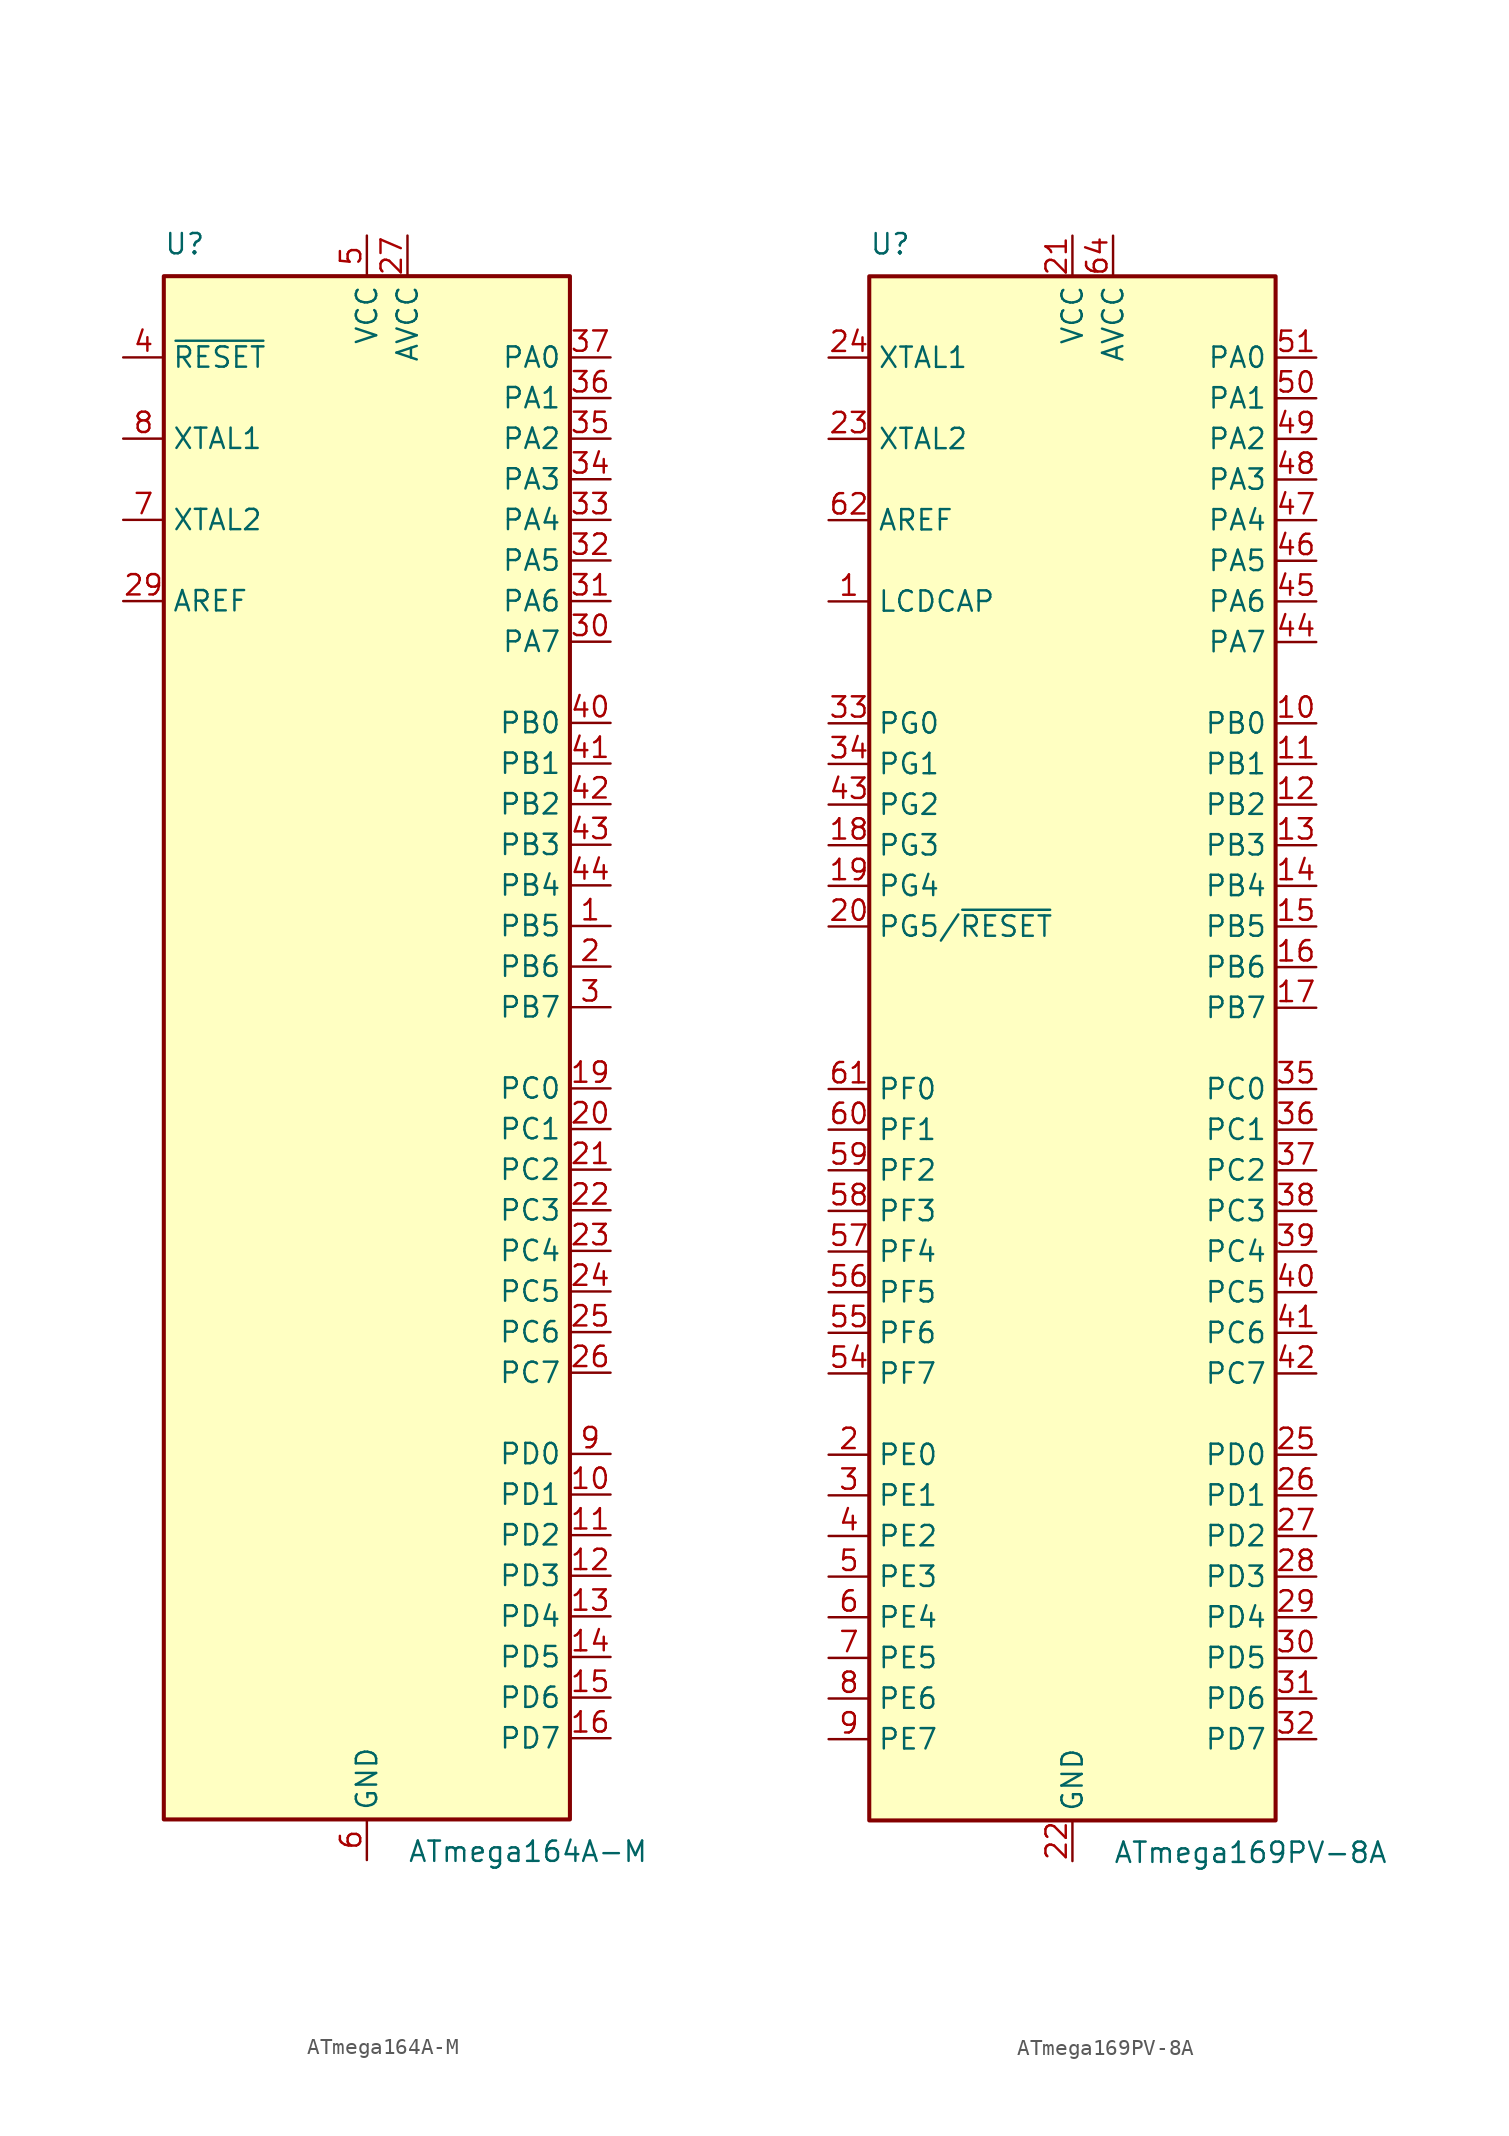
<source format=kicad_sym>
(kicad_symbol_lib
  (version 20211014)
  (generator kicad_symbol_editor)
  (symbol "ATmega164A-M"
    (property "Reference" "U"
      (at -12.7 49.53 0)
      (effects (font (size 1.27 1.27)) (justify left bottom)))
    (property "Value" "ATmega164A-M"
      (at 2.54 -49.53 0)
      (effects (font (size 1.27 1.27)) (justify left top)))
    (symbol "ATmega164A-M_0_1"
      (rectangle (start -12.7 -48.26) (end 12.7 48.26) (stroke (width 0.254) (type default) (color 0 0 0 0)) (fill (type background))))
    (symbol "ATmega164A-M_1_1"
      (pin bidirectional line (at 15.24 7.62 180) (length 2.54) (name "PB5" (effects (font (size 1.27 1.27)))) (number "1" (effects (font (size 1.27 1.27)))))
      (pin bidirectional line (at 15.24 -27.94 180) (length 2.54) (name "PD1" (effects (font (size 1.27 1.27)))) (number "10" (effects (font (size 1.27 1.27)))))
      (pin bidirectional line (at 15.24 -30.48 180) (length 2.54) (name "PD2" (effects (font (size 1.27 1.27)))) (number "11" (effects (font (size 1.27 1.27)))))
      (pin bidirectional line (at 15.24 -33.02 180) (length 2.54) (name "PD3" (effects (font (size 1.27 1.27)))) (number "12" (effects (font (size 1.27 1.27)))))
      (pin bidirectional line (at 15.24 -35.56 180) (length 2.54) (name "PD4" (effects (font (size 1.27 1.27)))) (number "13" (effects (font (size 1.27 1.27)))))
      (pin bidirectional line (at 15.24 -38.1 180) (length 2.54) (name "PD5" (effects (font (size 1.27 1.27)))) (number "14" (effects (font (size 1.27 1.27)))))
      (pin bidirectional line (at 15.24 -40.64 180) (length 2.54) (name "PD6" (effects (font (size 1.27 1.27)))) (number "15" (effects (font (size 1.27 1.27)))))
      (pin bidirectional line (at 15.24 -43.18 180) (length 2.54) (name "PD7" (effects (font (size 1.27 1.27)))) (number "16" (effects (font (size 1.27 1.27)))))
      (pin passive line (at 0 50.8 270) (length 2.54) hide (name "VCC" (effects (font (size 1.27 1.27)))) (number "17" (effects (font (size 1.27 1.27)))))
      (pin passive line (at 0 -50.8 90) (length 2.54) hide (name "GND" (effects (font (size 1.27 1.27)))) (number "18" (effects (font (size 1.27 1.27)))))
      (pin bidirectional line (at 15.24 -2.54 180) (length 2.54) (name "PC0" (effects (font (size 1.27 1.27)))) (number "19" (effects (font (size 1.27 1.27)))))
      (pin bidirectional line (at 15.24 5.08 180) (length 2.54) (name "PB6" (effects (font (size 1.27 1.27)))) (number "2" (effects (font (size 1.27 1.27)))))
      (pin bidirectional line (at 15.24 -5.08 180) (length 2.54) (name "PC1" (effects (font (size 1.27 1.27)))) (number "20" (effects (font (size 1.27 1.27)))))
      (pin bidirectional line (at 15.24 -7.62 180) (length 2.54) (name "PC2" (effects (font (size 1.27 1.27)))) (number "21" (effects (font (size 1.27 1.27)))))
      (pin bidirectional line (at 15.24 -10.16 180) (length 2.54) (name "PC3" (effects (font (size 1.27 1.27)))) (number "22" (effects (font (size 1.27 1.27)))))
      (pin bidirectional line (at 15.24 -12.7 180) (length 2.54) (name "PC4" (effects (font (size 1.27 1.27)))) (number "23" (effects (font (size 1.27 1.27)))))
      (pin bidirectional line (at 15.24 -15.24 180) (length 2.54) (name "PC5" (effects (font (size 1.27 1.27)))) (number "24" (effects (font (size 1.27 1.27)))))
      (pin bidirectional line (at 15.24 -17.78 180) (length 2.54) (name "PC6" (effects (font (size 1.27 1.27)))) (number "25" (effects (font (size 1.27 1.27)))))
      (pin bidirectional line (at 15.24 -20.32 180) (length 2.54) (name "PC7" (effects (font (size 1.27 1.27)))) (number "26" (effects (font (size 1.27 1.27)))))
      (pin power_in line (at 2.54 50.8 270) (length 2.54) (name "AVCC" (effects (font (size 1.27 1.27)))) (number "27" (effects (font (size 1.27 1.27)))))
      (pin passive line (at 0 -50.8 90) (length 2.54) hide (name "GND" (effects (font (size 1.27 1.27)))) (number "28" (effects (font (size 1.27 1.27)))))
      (pin passive line (at -15.24 27.94 0) (length 2.54) (name "AREF" (effects (font (size 1.27 1.27)))) (number "29" (effects (font (size 1.27 1.27)))))
      (pin bidirectional line (at 15.24 2.54 180) (length 2.54) (name "PB7" (effects (font (size 1.27 1.27)))) (number "3" (effects (font (size 1.27 1.27)))))
      (pin bidirectional line (at 15.24 25.4 180) (length 2.54) (name "PA7" (effects (font (size 1.27 1.27)))) (number "30" (effects (font (size 1.27 1.27)))))
      (pin bidirectional line (at 15.24 27.94 180) (length 2.54) (name "PA6" (effects (font (size 1.27 1.27)))) (number "31" (effects (font (size 1.27 1.27)))))
      (pin bidirectional line (at 15.24 30.48 180) (length 2.54) (name "PA5" (effects (font (size 1.27 1.27)))) (number "32" (effects (font (size 1.27 1.27)))))
      (pin bidirectional line (at 15.24 33.02 180) (length 2.54) (name "PA4" (effects (font (size 1.27 1.27)))) (number "33" (effects (font (size 1.27 1.27)))))
      (pin bidirectional line (at 15.24 35.56 180) (length 2.54) (name "PA3" (effects (font (size 1.27 1.27)))) (number "34" (effects (font (size 1.27 1.27)))))
      (pin bidirectional line (at 15.24 38.1 180) (length 2.54) (name "PA2" (effects (font (size 1.27 1.27)))) (number "35" (effects (font (size 1.27 1.27)))))
      (pin bidirectional line (at 15.24 40.64 180) (length 2.54) (name "PA1" (effects (font (size 1.27 1.27)))) (number "36" (effects (font (size 1.27 1.27)))))
      (pin bidirectional line (at 15.24 43.18 180) (length 2.54) (name "PA0" (effects (font (size 1.27 1.27)))) (number "37" (effects (font (size 1.27 1.27)))))
      (pin passive line (at 0 50.8 270) (length 2.54) hide (name "VCC" (effects (font (size 1.27 1.27)))) (number "38" (effects (font (size 1.27 1.27)))))
      (pin passive line (at 0 -50.8 90) (length 2.54) hide (name "GND" (effects (font (size 1.27 1.27)))) (number "39" (effects (font (size 1.27 1.27)))))
      (pin input line (at -15.24 43.18 0) (length 2.54) (name "~{RESET}" (effects (font (size 1.27 1.27)))) (number "4" (effects (font (size 1.27 1.27)))))
      (pin bidirectional line (at 15.24 20.32 180) (length 2.54) (name "PB0" (effects (font (size 1.27 1.27)))) (number "40" (effects (font (size 1.27 1.27)))))
      (pin bidirectional line (at 15.24 17.78 180) (length 2.54) (name "PB1" (effects (font (size 1.27 1.27)))) (number "41" (effects (font (size 1.27 1.27)))))
      (pin bidirectional line (at 15.24 15.24 180) (length 2.54) (name "PB2" (effects (font (size 1.27 1.27)))) (number "42" (effects (font (size 1.27 1.27)))))
      (pin bidirectional line (at 15.24 12.7 180) (length 2.54) (name "PB3" (effects (font (size 1.27 1.27)))) (number "43" (effects (font (size 1.27 1.27)))))
      (pin bidirectional line (at 15.24 10.16 180) (length 2.54) (name "PB4" (effects (font (size 1.27 1.27)))) (number "44" (effects (font (size 1.27 1.27)))))
      (pin passive line (at 0 -50.8 90) (length 2.54) hide (name "GND" (effects (font (size 1.27 1.27)))) (number "45" (effects (font (size 1.27 1.27)))))
      (pin power_in line (at 0 50.8 270) (length 2.54) (name "VCC" (effects (font (size 1.27 1.27)))) (number "5" (effects (font (size 1.27 1.27)))))
      (pin power_in line (at 0 -50.8 90) (length 2.54) (name "GND" (effects (font (size 1.27 1.27)))) (number "6" (effects (font (size 1.27 1.27)))))
      (pin output line (at -15.24 33.02 0) (length 2.54) (name "XTAL2" (effects (font (size 1.27 1.27)))) (number "7" (effects (font (size 1.27 1.27)))))
      (pin input line (at -15.24 38.1 0) (length 2.54) (name "XTAL1" (effects (font (size 1.27 1.27)))) (number "8" (effects (font (size 1.27 1.27)))))
      (pin bidirectional line (at 15.24 -25.4 180) (length 2.54) (name "PD0" (effects (font (size 1.27 1.27)))) (number "9" (effects (font (size 1.27 1.27)))))))
  (symbol "ATmega169PV-8A"
    (property "Reference" "U"
      (at -12.7 49.53 0)
      (effects (font (size 1.27 1.27)) (justify left bottom)))
    (property "Value" "ATmega169PV-8A"
      (at 2.54 -49.53 0)
      (effects (font (size 1.27 1.27)) (justify left top)))
    (symbol "ATmega169PV-8A_0_1"
      (rectangle (start -12.7 -48.26) (end 12.7 48.26) (stroke (width 0.254) (type default) (color 0 0 0 0)) (fill (type background))))
    (symbol "ATmega169PV-8A_1_1"
      (pin passive line (at -15.24 27.94 0) (length 2.54) (name "LCDCAP" (effects (font (size 1.27 1.27)))) (number "1" (effects (font (size 1.27 1.27)))))
      (pin bidirectional line (at 15.24 20.32 180) (length 2.54) (name "PB0" (effects (font (size 1.27 1.27)))) (number "10" (effects (font (size 1.27 1.27)))))
      (pin bidirectional line (at 15.24 17.78 180) (length 2.54) (name "PB1" (effects (font (size 1.27 1.27)))) (number "11" (effects (font (size 1.27 1.27)))))
      (pin bidirectional line (at 15.24 15.24 180) (length 2.54) (name "PB2" (effects (font (size 1.27 1.27)))) (number "12" (effects (font (size 1.27 1.27)))))
      (pin bidirectional line (at 15.24 12.7 180) (length 2.54) (name "PB3" (effects (font (size 1.27 1.27)))) (number "13" (effects (font (size 1.27 1.27)))))
      (pin bidirectional line (at 15.24 10.16 180) (length 2.54) (name "PB4" (effects (font (size 1.27 1.27)))) (number "14" (effects (font (size 1.27 1.27)))))
      (pin bidirectional line (at 15.24 7.62 180) (length 2.54) (name "PB5" (effects (font (size 1.27 1.27)))) (number "15" (effects (font (size 1.27 1.27)))))
      (pin bidirectional line (at 15.24 5.08 180) (length 2.54) (name "PB6" (effects (font (size 1.27 1.27)))) (number "16" (effects (font (size 1.27 1.27)))))
      (pin bidirectional line (at 15.24 2.54 180) (length 2.54) (name "PB7" (effects (font (size 1.27 1.27)))) (number "17" (effects (font (size 1.27 1.27)))))
      (pin bidirectional line (at -15.24 12.7 0) (length 2.54) (name "PG3" (effects (font (size 1.27 1.27)))) (number "18" (effects (font (size 1.27 1.27)))))
      (pin bidirectional line (at -15.24 10.16 0) (length 2.54) (name "PG4" (effects (font (size 1.27 1.27)))) (number "19" (effects (font (size 1.27 1.27)))))
      (pin bidirectional line (at -15.24 -25.4 0) (length 2.54) (name "PE0" (effects (font (size 1.27 1.27)))) (number "2" (effects (font (size 1.27 1.27)))))
      (pin bidirectional line (at -15.24 7.62 0) (length 2.54) (name "PG5/~{RESET}" (effects (font (size 1.27 1.27)))) (number "20" (effects (font (size 1.27 1.27)))))
      (pin power_in line (at 0 50.8 270) (length 2.54) (name "VCC" (effects (font (size 1.27 1.27)))) (number "21" (effects (font (size 1.27 1.27)))))
      (pin power_in line (at 0 -50.8 90) (length 2.54) (name "GND" (effects (font (size 1.27 1.27)))) (number "22" (effects (font (size 1.27 1.27)))))
      (pin output line (at -15.24 38.1 0) (length 2.54) (name "XTAL2" (effects (font (size 1.27 1.27)))) (number "23" (effects (font (size 1.27 1.27)))))
      (pin input line (at -15.24 43.18 0) (length 2.54) (name "XTAL1" (effects (font (size 1.27 1.27)))) (number "24" (effects (font (size 1.27 1.27)))))
      (pin bidirectional line (at 15.24 -25.4 180) (length 2.54) (name "PD0" (effects (font (size 1.27 1.27)))) (number "25" (effects (font (size 1.27 1.27)))))
      (pin bidirectional line (at 15.24 -27.94 180) (length 2.54) (name "PD1" (effects (font (size 1.27 1.27)))) (number "26" (effects (font (size 1.27 1.27)))))
      (pin bidirectional line (at 15.24 -30.48 180) (length 2.54) (name "PD2" (effects (font (size 1.27 1.27)))) (number "27" (effects (font (size 1.27 1.27)))))
      (pin bidirectional line (at 15.24 -33.02 180) (length 2.54) (name "PD3" (effects (font (size 1.27 1.27)))) (number "28" (effects (font (size 1.27 1.27)))))
      (pin bidirectional line (at 15.24 -35.56 180) (length 2.54) (name "PD4" (effects (font (size 1.27 1.27)))) (number "29" (effects (font (size 1.27 1.27)))))
      (pin bidirectional line (at -15.24 -27.94 0) (length 2.54) (name "PE1" (effects (font (size 1.27 1.27)))) (number "3" (effects (font (size 1.27 1.27)))))
      (pin bidirectional line (at 15.24 -38.1 180) (length 2.54) (name "PD5" (effects (font (size 1.27 1.27)))) (number "30" (effects (font (size 1.27 1.27)))))
      (pin bidirectional line (at 15.24 -40.64 180) (length 2.54) (name "PD6" (effects (font (size 1.27 1.27)))) (number "31" (effects (font (size 1.27 1.27)))))
      (pin bidirectional line (at 15.24 -43.18 180) (length 2.54) (name "PD7" (effects (font (size 1.27 1.27)))) (number "32" (effects (font (size 1.27 1.27)))))
      (pin bidirectional line (at -15.24 20.32 0) (length 2.54) (name "PG0" (effects (font (size 1.27 1.27)))) (number "33" (effects (font (size 1.27 1.27)))))
      (pin bidirectional line (at -15.24 17.78 0) (length 2.54) (name "PG1" (effects (font (size 1.27 1.27)))) (number "34" (effects (font (size 1.27 1.27)))))
      (pin bidirectional line (at 15.24 -2.54 180) (length 2.54) (name "PC0" (effects (font (size 1.27 1.27)))) (number "35" (effects (font (size 1.27 1.27)))))
      (pin bidirectional line (at 15.24 -5.08 180) (length 2.54) (name "PC1" (effects (font (size 1.27 1.27)))) (number "36" (effects (font (size 1.27 1.27)))))
      (pin bidirectional line (at 15.24 -7.62 180) (length 2.54) (name "PC2" (effects (font (size 1.27 1.27)))) (number "37" (effects (font (size 1.27 1.27)))))
      (pin bidirectional line (at 15.24 -10.16 180) (length 2.54) (name "PC3" (effects (font (size 1.27 1.27)))) (number "38" (effects (font (size 1.27 1.27)))))
      (pin bidirectional line (at 15.24 -12.7 180) (length 2.54) (name "PC4" (effects (font (size 1.27 1.27)))) (number "39" (effects (font (size 1.27 1.27)))))
      (pin bidirectional line (at -15.24 -30.48 0) (length 2.54) (name "PE2" (effects (font (size 1.27 1.27)))) (number "4" (effects (font (size 1.27 1.27)))))
      (pin bidirectional line (at 15.24 -15.24 180) (length 2.54) (name "PC5" (effects (font (size 1.27 1.27)))) (number "40" (effects (font (size 1.27 1.27)))))
      (pin bidirectional line (at 15.24 -17.78 180) (length 2.54) (name "PC6" (effects (font (size 1.27 1.27)))) (number "41" (effects (font (size 1.27 1.27)))))
      (pin bidirectional line (at 15.24 -20.32 180) (length 2.54) (name "PC7" (effects (font (size 1.27 1.27)))) (number "42" (effects (font (size 1.27 1.27)))))
      (pin bidirectional line (at -15.24 15.24 0) (length 2.54) (name "PG2" (effects (font (size 1.27 1.27)))) (number "43" (effects (font (size 1.27 1.27)))))
      (pin bidirectional line (at 15.24 25.4 180) (length 2.54) (name "PA7" (effects (font (size 1.27 1.27)))) (number "44" (effects (font (size 1.27 1.27)))))
      (pin bidirectional line (at 15.24 27.94 180) (length 2.54) (name "PA6" (effects (font (size 1.27 1.27)))) (number "45" (effects (font (size 1.27 1.27)))))
      (pin bidirectional line (at 15.24 30.48 180) (length 2.54) (name "PA5" (effects (font (size 1.27 1.27)))) (number "46" (effects (font (size 1.27 1.27)))))
      (pin bidirectional line (at 15.24 33.02 180) (length 2.54) (name "PA4" (effects (font (size 1.27 1.27)))) (number "47" (effects (font (size 1.27 1.27)))))
      (pin bidirectional line (at 15.24 35.56 180) (length 2.54) (name "PA3" (effects (font (size 1.27 1.27)))) (number "48" (effects (font (size 1.27 1.27)))))
      (pin bidirectional line (at 15.24 38.1 180) (length 2.54) (name "PA2" (effects (font (size 1.27 1.27)))) (number "49" (effects (font (size 1.27 1.27)))))
      (pin bidirectional line (at -15.24 -33.02 0) (length 2.54) (name "PE3" (effects (font (size 1.27 1.27)))) (number "5" (effects (font (size 1.27 1.27)))))
      (pin bidirectional line (at 15.24 40.64 180) (length 2.54) (name "PA1" (effects (font (size 1.27 1.27)))) (number "50" (effects (font (size 1.27 1.27)))))
      (pin bidirectional line (at 15.24 43.18 180) (length 2.54) (name "PA0" (effects (font (size 1.27 1.27)))) (number "51" (effects (font (size 1.27 1.27)))))
      (pin passive line (at 0 50.8 270) (length 2.54) hide (name "VCC" (effects (font (size 1.27 1.27)))) (number "52" (effects (font (size 1.27 1.27)))))
      (pin passive line (at 0 -50.8 90) (length 2.54) hide (name "GND" (effects (font (size 1.27 1.27)))) (number "53" (effects (font (size 1.27 1.27)))))
      (pin bidirectional line (at -15.24 -20.32 0) (length 2.54) (name "PF7" (effects (font (size 1.27 1.27)))) (number "54" (effects (font (size 1.27 1.27)))))
      (pin bidirectional line (at -15.24 -17.78 0) (length 2.54) (name "PF6" (effects (font (size 1.27 1.27)))) (number "55" (effects (font (size 1.27 1.27)))))
      (pin bidirectional line (at -15.24 -15.24 0) (length 2.54) (name "PF5" (effects (font (size 1.27 1.27)))) (number "56" (effects (font (size 1.27 1.27)))))
      (pin bidirectional line (at -15.24 -12.7 0) (length 2.54) (name "PF4" (effects (font (size 1.27 1.27)))) (number "57" (effects (font (size 1.27 1.27)))))
      (pin bidirectional line (at -15.24 -10.16 0) (length 2.54) (name "PF3" (effects (font (size 1.27 1.27)))) (number "58" (effects (font (size 1.27 1.27)))))
      (pin bidirectional line (at -15.24 -7.62 0) (length 2.54) (name "PF2" (effects (font (size 1.27 1.27)))) (number "59" (effects (font (size 1.27 1.27)))))
      (pin bidirectional line (at -15.24 -35.56 0) (length 2.54) (name "PE4" (effects (font (size 1.27 1.27)))) (number "6" (effects (font (size 1.27 1.27)))))
      (pin bidirectional line (at -15.24 -5.08 0) (length 2.54) (name "PF1" (effects (font (size 1.27 1.27)))) (number "60" (effects (font (size 1.27 1.27)))))
      (pin bidirectional line (at -15.24 -2.54 0) (length 2.54) (name "PF0" (effects (font (size 1.27 1.27)))) (number "61" (effects (font (size 1.27 1.27)))))
      (pin passive line (at -15.24 33.02 0) (length 2.54) (name "AREF" (effects (font (size 1.27 1.27)))) (number "62" (effects (font (size 1.27 1.27)))))
      (pin passive line (at 0 -50.8 90) (length 2.54) hide (name "GND" (effects (font (size 1.27 1.27)))) (number "63" (effects (font (size 1.27 1.27)))))
      (pin power_in line (at 2.54 50.8 270) (length 2.54) (name "AVCC" (effects (font (size 1.27 1.27)))) (number "64" (effects (font (size 1.27 1.27)))))
      (pin bidirectional line (at -15.24 -38.1 0) (length 2.54) (name "PE5" (effects (font (size 1.27 1.27)))) (number "7" (effects (font (size 1.27 1.27)))))
      (pin bidirectional line (at -15.24 -40.64 0) (length 2.54) (name "PE6" (effects (font (size 1.27 1.27)))) (number "8" (effects (font (size 1.27 1.27)))))
      (pin bidirectional line (at -15.24 -43.18 0) (length 2.54) (name "PE7" (effects (font (size 1.27 1.27)))) (number "9" (effects (font (size 1.27 1.27))))))))
</source>
